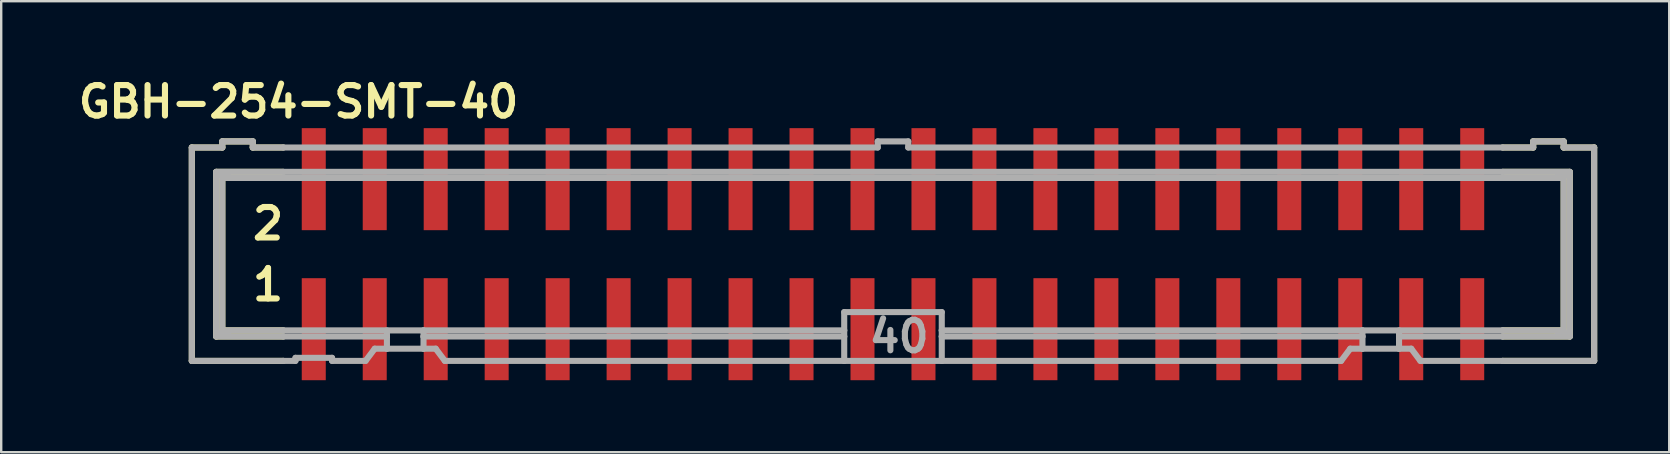
<source format=kicad_pcb>
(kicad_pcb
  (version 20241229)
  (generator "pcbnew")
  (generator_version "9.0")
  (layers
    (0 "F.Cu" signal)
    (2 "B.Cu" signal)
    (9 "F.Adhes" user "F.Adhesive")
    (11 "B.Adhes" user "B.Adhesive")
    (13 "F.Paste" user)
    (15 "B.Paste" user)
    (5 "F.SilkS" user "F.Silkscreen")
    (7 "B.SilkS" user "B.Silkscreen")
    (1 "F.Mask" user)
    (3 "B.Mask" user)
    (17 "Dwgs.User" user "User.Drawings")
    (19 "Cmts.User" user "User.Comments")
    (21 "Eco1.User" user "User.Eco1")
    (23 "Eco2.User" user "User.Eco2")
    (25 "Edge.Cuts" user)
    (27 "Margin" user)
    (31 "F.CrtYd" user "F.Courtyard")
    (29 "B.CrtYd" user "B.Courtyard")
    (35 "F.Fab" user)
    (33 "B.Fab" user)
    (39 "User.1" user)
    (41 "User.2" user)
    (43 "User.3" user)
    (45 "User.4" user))
  (footprint "GBH-254-SMT-40"
    (layer "F.Cu")
    (at 34.151 7.539)
    (property "Reference" "GBH-254-SMT-40" (at -24.765 -6.35 0) (layer "F.SilkS") (effects (font (size 1.27 1.27) (thickness 0.254))))
    (attr smd)
    (fp_line (start -29.21 -4.445) (end -29.21 4.445) (stroke (width 0.254) (type solid)) (layer "F.SilkS"))
    (fp_line (start -29.21 -4.445) (end -27.94 -4.445) (stroke (width 0.254) (type solid)) (layer "F.SilkS"))
    (fp_line (start -29.21 4.445) (end -25.4 4.445) (stroke (width 0.254) (type solid)) (layer "F.SilkS"))
    (fp_line (start -28.194 -3.429) (end -28.194 3.429) (stroke (width 0.254) (type solid)) (layer "F.SilkS"))
    (fp_line (start -28.194 3.429) (end -25.4 3.429) (stroke (width 0.254) (type solid)) (layer "F.SilkS"))
    (fp_line (start -28.1 -3.3) (end -27.7 -3.3) (stroke (width 0.254) (type solid)) (layer "F.SilkS"))
    (fp_line (start -28.1 3.3) (end -27.7 3.3) (stroke (width 0.254) (type solid)) (layer "F.SilkS"))
    (fp_line (start -27.94 -4.699) (end -27.94 -4.445) (stroke (width 0.254) (type solid)) (layer "F.SilkS"))
    (fp_line (start -27.94 -3.175) (end -27.94 3.175) (stroke (width 0.254) (type solid)) (layer "F.SilkS"))
    (fp_line (start -27.94 -3.175) (end -25.4 -3.175) (stroke (width 0.254) (type solid)) (layer "F.SilkS"))
    (fp_line (start -26.67 -4.699) (end -27.94 -4.699) (stroke (width 0.254) (type solid)) (layer "F.SilkS"))
    (fp_line (start -26.67 -4.699) (end -26.67 -4.445) (stroke (width 0.254) (type solid)) (layer "F.SilkS"))
    (fp_line (start -26.67 -4.445) (end -25.4 -4.445) (stroke (width 0.254) (type solid)) (layer "F.SilkS"))
    (fp_line (start -25.4 -3.429) (end -28.194 -3.429) (stroke (width 0.254) (type solid)) (layer "F.SilkS"))
    (fp_line (start -25.4 3.175) (end -27.94 3.175) (stroke (width 0.254) (type solid)) (layer "F.SilkS"))
    (fp_line (start 25.4 -4.445) (end 26.67 -4.445) (stroke (width 0.254) (type solid)) (layer "F.SilkS"))
    (fp_line (start 25.4 -3.175) (end 27.94 -3.175) (stroke (width 0.254) (type solid)) (layer "F.SilkS"))
    (fp_line (start 25.4 3.429) (end 28.194 3.429) (stroke (width 0.254) (type solid)) (layer "F.SilkS"))
    (fp_line (start 26.67 -4.445) (end 26.67 -4.699) (stroke (width 0.254) (type solid)) (layer "F.SilkS"))
    (fp_line (start 27.7 -3.3) (end 28.1 -3.3) (stroke (width 0.254) (type solid)) (layer "F.SilkS"))
    (fp_line (start 27.7 3.3) (end 28.1 3.3) (stroke (width 0.254) (type solid)) (layer "F.SilkS"))
    (fp_line (start 27.94 -4.699) (end 26.67 -4.699) (stroke (width 0.254) (type solid)) (layer "F.SilkS"))
    (fp_line (start 27.94 -4.445) (end 27.94 -4.699) (stroke (width 0.254) (type solid)) (layer "F.SilkS"))
    (fp_line (start 27.94 -4.445) (end 29.21 -4.445) (stroke (width 0.254) (type solid)) (layer "F.SilkS"))
    (fp_line (start 27.94 3.175) (end 25.4 3.175) (stroke (width 0.254) (type solid)) (layer "F.SilkS"))
    (fp_line (start 27.94 3.175) (end 27.94 -3.175) (stroke (width 0.254) (type solid)) (layer "F.SilkS"))
    (fp_line (start 28.194 -3.429) (end 25.4 -3.429) (stroke (width 0.254) (type solid)) (layer "F.SilkS"))
    (fp_line (start 28.194 3.429) (end 28.194 -3.429) (stroke (width 0.254) (type solid)) (layer "F.SilkS"))
    (fp_line (start 29.21 4.445) (end 25.4 4.445) (stroke (width 0.254) (type solid)) (layer "F.SilkS"))
    (fp_line (start 29.21 4.445) (end 29.21 -4.445) (stroke (width 0.254) (type solid)) (layer "F.SilkS"))
    (fp_line (start -29.21 -4.445) (end -29.21 4.445) (stroke (width 0.254) (type solid)) (layer "F.Fab"))
    (fp_line (start -29.21 -4.445) (end -27.94 -4.445) (stroke (width 0.254) (type solid)) (layer "F.Fab"))
    (fp_line (start -29.21 4.445) (end -25.4 4.445) (stroke (width 0.254) (type solid)) (layer "F.Fab"))
    (fp_line (start -28.194 -3.429) (end -28.194 3.429) (stroke (width 0.254) (type solid)) (layer "F.Fab"))
    (fp_line (start -28.194 3.429) (end -25.4 3.429) (stroke (width 0.254) (type solid)) (layer "F.Fab"))
    (fp_line (start -28.1 -3.3) (end -27.7 -3.3) (stroke (width 0.254) (type solid)) (layer "F.Fab"))
    (fp_line (start -28.1 3.3) (end -27.7 3.3) (stroke (width 0.254) (type solid)) (layer "F.Fab"))
    (fp_line (start -27.94 -4.699) (end -27.94 -4.445) (stroke (width 0.254) (type solid)) (layer "F.Fab"))
    (fp_line (start -27.94 -3.175) (end -27.94 3.175) (stroke (width 0.254) (type solid)) (layer "F.Fab"))
    (fp_line (start -27.94 -3.175) (end -25.4 -3.175) (stroke (width 0.254) (type solid)) (layer "F.Fab"))
    (fp_line (start -26.67 -4.699) (end -27.94 -4.699) (stroke (width 0.254) (type solid)) (layer "F.Fab"))
    (fp_line (start -26.67 -4.699) (end -26.67 -4.445) (stroke (width 0.254) (type solid)) (layer "F.Fab"))
    (fp_line (start -26.67 -4.445) (end -25.4 -4.445) (stroke (width 0.254) (type solid)) (layer "F.Fab"))
    (fp_line (start -25.4 -4.445) (end -0.635 -4.445) (stroke (width 0.254) (type solid)) (layer "F.Fab"))
    (fp_line (start -25.4 -3.429) (end -28.194 -3.429) (stroke (width 0.254) (type solid)) (layer "F.Fab"))
    (fp_line (start -25.4 -3.175) (end 25.4 -3.175) (stroke (width 0.254) (type solid)) (layer "F.Fab"))
    (fp_line (start -25.4 3.175) (end -27.94 3.175) (stroke (width 0.254) (type solid)) (layer "F.Fab"))
    (fp_line (start -25.4 3.429) (end -21.082 3.429) (stroke (width 0.254) (type solid)) (layer "F.Fab"))
    (fp_line (start -25.4 4.445) (end -24.892 4.445) (stroke (width 0.254) (type solid)) (layer "F.Fab"))
    (fp_line (start -24.892 4.318) (end -24.892 4.445) (stroke (width 0.254) (type solid)) (layer "F.Fab"))
    (fp_line (start -24.892 4.318) (end -23.368 4.318) (stroke (width 0.254) (type solid)) (layer "F.Fab"))
    (fp_line (start -23.368 4.445) (end -23.368 4.318) (stroke (width 0.254) (type solid)) (layer "F.Fab"))
    (fp_line (start -23.368 4.445) (end -21.971 4.445) (stroke (width 0.254) (type solid)) (layer "F.Fab"))
    (fp_line (start -21.971 4.445) (end -21.59 3.937) (stroke (width 0.254) (type solid)) (layer "F.Fab"))
    (fp_line (start -21.082 3.175) (end -21.082 3.429) (stroke (width 0.254) (type solid)) (layer "F.Fab"))
    (fp_line (start -21.082 3.429) (end -21.082 3.937) (stroke (width 0.254) (type solid)) (layer "F.Fab"))
    (fp_line (start -21.082 3.937) (end -21.59 3.937) (stroke (width 0.254) (type solid)) (layer "F.Fab"))
    (fp_line (start -19.558 3.175) (end -25.4 3.175) (stroke (width 0.254) (type solid)) (layer "F.Fab"))
    (fp_line (start -19.558 3.175) (end -19.558 3.429) (stroke (width 0.254) (type solid)) (layer "F.Fab"))
    (fp_line (start -19.558 3.429) (end -19.558 3.937) (stroke (width 0.254) (type solid)) (layer "F.Fab"))
    (fp_line (start -19.558 3.429) (end -2.032 3.429) (stroke (width 0.254) (type solid)) (layer "F.Fab"))
    (fp_line (start -19.558 3.937) (end -21.082 3.937) (stroke (width 0.254) (type solid)) (layer "F.Fab"))
    (fp_line (start -19.05 3.937) (end -19.558 3.937) (stroke (width 0.254) (type solid)) (layer "F.Fab"))
    (fp_line (start -19.05 3.937) (end -18.669 4.445) (stroke (width 0.254) (type solid)) (layer "F.Fab"))
    (fp_line (start -18.669 4.445) (end -2.032 4.445) (stroke (width 0.254) (type solid)) (layer "F.Fab"))
    (fp_line (start -2.032 3.175) (end -19.558 3.175) (stroke (width 0.254) (type solid)) (layer "F.Fab"))
    (fp_line (start -2.032 3.175) (end -2.032 2.413) (stroke (width 0.254) (type solid)) (layer "F.Fab"))
    (fp_line (start -2.032 3.175) (end -2.032 3.429) (stroke (width 0.254) (type solid)) (layer "F.Fab"))
    (fp_line (start -2.032 3.429) (end -2.032 4.445) (stroke (width 0.254) (type solid)) (layer "F.Fab"))
    (fp_line (start -0.635 -4.699) (end -0.635 -4.445) (stroke (width 0.254) (type solid)) (layer "F.Fab"))
    (fp_line (start 0.635 -4.699) (end -0.635 -4.699) (stroke (width 0.254) (type solid)) (layer "F.Fab"))
    (fp_line (start 0.635 -4.699) (end 0.635 -4.445) (stroke (width 0.254) (type solid)) (layer "F.Fab"))
    (fp_line (start 0.635 -4.445) (end 25.4 -4.445) (stroke (width 0.254) (type solid)) (layer "F.Fab"))
    (fp_line (start 2.032 2.413) (end -2.032 2.413) (stroke (width 0.254) (type solid)) (layer "F.Fab"))
    (fp_line (start 2.032 2.413) (end 2.032 3.175) (stroke (width 0.254) (type solid)) (layer "F.Fab"))
    (fp_line (start 2.032 3.175) (end 2.032 3.429) (stroke (width 0.254) (type solid)) (layer "F.Fab"))
    (fp_line (start 2.032 3.429) (end 2.032 4.445) (stroke (width 0.254) (type solid)) (layer "F.Fab"))
    (fp_line (start 2.032 4.445) (end -2.032 4.445) (stroke (width 0.254) (type solid)) (layer "F.Fab"))
    (fp_line (start 18.669 4.445) (end 2.032 4.445) (stroke (width 0.254) (type solid)) (layer "F.Fab"))
    (fp_line (start 18.669 4.445) (end 19.05 3.937) (stroke (width 0.254) (type solid)) (layer "F.Fab"))
    (fp_line (start 19.558 3.175) (end 2.032 3.175) (stroke (width 0.254) (type solid)) (layer "F.Fab"))
    (fp_line (start 19.558 3.175) (end 19.558 3.429) (stroke (width 0.254) (type solid)) (layer "F.Fab"))
    (fp_line (start 19.558 3.429) (end 2.032 3.429) (stroke (width 0.254) (type solid)) (layer "F.Fab"))
    (fp_line (start 19.558 3.429) (end 19.558 3.937) (stroke (width 0.254) (type solid)) (layer "F.Fab"))
    (fp_line (start 19.558 3.937) (end 19.05 3.937) (stroke (width 0.254) (type solid)) (layer "F.Fab"))
    (fp_line (start 21.082 3.175) (end 21.082 3.429) (stroke (width 0.254) (type solid)) (layer "F.Fab"))
    (fp_line (start 21.082 3.429) (end 21.082 3.937) (stroke (width 0.254) (type solid)) (layer "F.Fab"))
    (fp_line (start 21.082 3.429) (end 25.4 3.429) (stroke (width 0.254) (type solid)) (layer "F.Fab"))
    (fp_line (start 21.082 3.937) (end 19.558 3.937) (stroke (width 0.254) (type solid)) (layer "F.Fab"))
    (fp_line (start 21.59 3.937) (end 21.082 3.937) (stroke (width 0.254) (type solid)) (layer "F.Fab"))
    (fp_line (start 21.59 3.937) (end 21.971 4.445) (stroke (width 0.254) (type solid)) (layer "F.Fab"))
    (fp_line (start 25.4 -4.445) (end 26.67 -4.445) (stroke (width 0.254) (type solid)) (layer "F.Fab"))
    (fp_line (start 25.4 -3.429) (end -25.4 -3.429) (stroke (width 0.254) (type solid)) (layer "F.Fab"))
    (fp_line (start 25.4 -3.175) (end 27.94 -3.175) (stroke (width 0.254) (type solid)) (layer "F.Fab"))
    (fp_line (start 25.4 3.175) (end 19.558 3.175) (stroke (width 0.254) (type solid)) (layer "F.Fab"))
    (fp_line (start 25.4 3.429) (end 28.194 3.429) (stroke (width 0.254) (type solid)) (layer "F.Fab"))
    (fp_line (start 25.4 4.445) (end 21.971 4.445) (stroke (width 0.254) (type solid)) (layer "F.Fab"))
    (fp_line (start 26.67 -4.445) (end 26.67 -4.699) (stroke (width 0.254) (type solid)) (layer "F.Fab"))
    (fp_line (start 27.7 -3.3) (end 28.1 -3.3) (stroke (width 0.254) (type solid)) (layer "F.Fab"))
    (fp_line (start 27.7 3.3) (end 28.1 3.3) (stroke (width 0.254) (type solid)) (layer "F.Fab"))
    (fp_line (start 27.94 -4.699) (end 26.67 -4.699) (stroke (width 0.254) (type solid)) (layer "F.Fab"))
    (fp_line (start 27.94 -4.445) (end 27.94 -4.699) (stroke (width 0.254) (type solid)) (layer "F.Fab"))
    (fp_line (start 27.94 -4.445) (end 29.21 -4.445) (stroke (width 0.254) (type solid)) (layer "F.Fab"))
    (fp_line (start 27.94 3.175) (end 25.4 3.175) (stroke (width 0.254) (type solid)) (layer "F.Fab"))
    (fp_line (start 27.94 3.175) (end 27.94 -3.175) (stroke (width 0.254) (type solid)) (layer "F.Fab"))
    (fp_line (start 28.194 -3.429) (end 25.4 -3.429) (stroke (width 0.254) (type solid)) (layer "F.Fab"))
    (fp_line (start 28.194 3.429) (end 28.194 -3.429) (stroke (width 0.254) (type solid)) (layer "F.Fab"))
    (fp_line (start 29.21 4.445) (end 25.4 4.445) (stroke (width 0.254) (type solid)) (layer "F.Fab"))
    (fp_line (start 29.21 4.445) (end 29.21 -4.445) (stroke (width 0.254) (type solid)) (layer "F.Fab"))
    (fp_text user "1" (at -26.035 1.27 0) (layer "F.SilkS") (effects (font (size 1.27 1.27) (thickness 0.254))))
    (fp_text user "2" (at -26.035 -1.27 0) (layer "F.SilkS") (effects (font (size 1.27 1.27) (thickness 0.254))))
    (fp_text user "40" (at 0.254 3.429 0) (layer "F.Fab") (effects (font (size 1.27 1.27) (thickness 0.254))))
    (pad "1" smd rect (at -24.13 3.125 90) (size 4.25 1) (layers "F.Cu" "F.Mask" "F.Paste"))
    (pad "2" smd rect (at -24.13 -3.125 90) (size 4.25 1) (layers "F.Cu" "F.Mask" "F.Paste"))
    (pad "3" smd rect (at -21.59 3.125 90) (size 4.25 1) (layers "F.Cu" "F.Mask" "F.Paste"))
    (pad "4" smd rect (at -21.59 -3.125 90) (size 4.25 1) (layers "F.Cu" "F.Mask" "F.Paste"))
    (pad "5" smd rect (at -19.05 3.125 90) (size 4.25 1) (layers "F.Cu" "F.Mask" "F.Paste"))
    (pad "6" smd rect (at -19.05 -3.125 90) (size 4.25 1) (layers "F.Cu" "F.Mask" "F.Paste"))
    (pad "7" smd rect (at -16.51 3.125 90) (size 4.25 1) (layers "F.Cu" "F.Mask" "F.Paste"))
    (pad "8" smd rect (at -16.51 -3.125 90) (size 4.25 1) (layers "F.Cu" "F.Mask" "F.Paste"))
    (pad "9" smd rect (at -13.97 3.125 90) (size 4.25 1) (layers "F.Cu" "F.Mask" "F.Paste"))
    (pad "10" smd rect (at -13.97 -3.125 90) (size 4.25 1) (layers "F.Cu" "F.Mask" "F.Paste"))
    (pad "11" smd rect (at -11.43 3.125 90) (size 4.25 1) (layers "F.Cu" "F.Mask" "F.Paste"))
    (pad "12" smd rect (at -11.43 -3.125 90) (size 4.25 1) (layers "F.Cu" "F.Mask" "F.Paste"))
    (pad "13" smd rect (at -8.89 3.125 90) (size 4.25 1) (layers "F.Cu" "F.Mask" "F.Paste"))
    (pad "14" smd rect (at -8.89 -3.125 90) (size 4.25 1) (layers "F.Cu" "F.Mask" "F.Paste"))
    (pad "15" smd rect (at -6.35 3.125 90) (size 4.25 1) (layers "F.Cu" "F.Mask" "F.Paste"))
    (pad "16" smd rect (at -6.35 -3.125 90) (size 4.25 1) (layers "F.Cu" "F.Mask" "F.Paste"))
    (pad "17" smd rect (at -3.81 3.125 90) (size 4.25 1) (layers "F.Cu" "F.Mask" "F.Paste"))
    (pad "18" smd rect (at -3.81 -3.125 90) (size 4.25 1) (layers "F.Cu" "F.Mask" "F.Paste"))
    (pad "19" smd rect (at -1.27 3.125 90) (size 4.25 1) (layers "F.Cu" "F.Mask" "F.Paste"))
    (pad "20" smd rect (at -1.27 -3.125 90) (size 4.25 1) (layers "F.Cu" "F.Mask" "F.Paste"))
    (pad "21" smd rect (at 1.27 3.125 270) (size 4.25 1) (layers "F.Cu" "F.Mask" "F.Paste"))
    (pad "22" smd rect (at 1.27 -3.125 90) (size 4.25 1) (layers "F.Cu" "F.Mask" "F.Paste"))
    (pad "23" smd rect (at 3.81 3.125 270) (size 4.25 1) (layers "F.Cu" "F.Mask" "F.Paste"))
    (pad "24" smd rect (at 3.81 -3.125 90) (size 4.25 1) (layers "F.Cu" "F.Mask" "F.Paste"))
    (pad "25" smd rect (at 6.35 3.125 270) (size 4.25 1) (layers "F.Cu" "F.Mask" "F.Paste"))
    (pad "26" smd rect (at 6.35 -3.125 90) (size 4.25 1) (layers "F.Cu" "F.Mask" "F.Paste"))
    (pad "27" smd rect (at 8.89 3.125 270) (size 4.25 1) (layers "F.Cu" "F.Mask" "F.Paste"))
    (pad "28" smd rect (at 8.89 -3.125 90) (size 4.25 1) (layers "F.Cu" "F.Mask" "F.Paste"))
    (pad "29" smd rect (at 11.43 3.125 270) (size 4.25 1) (layers "F.Cu" "F.Mask" "F.Paste"))
    (pad "30" smd rect (at 11.43 -3.125 90) (size 4.25 1) (layers "F.Cu" "F.Mask" "F.Paste"))
    (pad "31" smd rect (at 13.97 3.125 270) (size 4.25 1) (layers "F.Cu" "F.Mask" "F.Paste"))
    (pad "32" smd rect (at 13.97 -3.125 90) (size 4.25 1) (layers "F.Cu" "F.Mask" "F.Paste"))
    (pad "33" smd rect (at 16.51 3.125 270) (size 4.25 1) (layers "F.Cu" "F.Mask" "F.Paste"))
    (pad "34" smd rect (at 16.51 -3.125 90) (size 4.25 1) (layers "F.Cu" "F.Mask" "F.Paste"))
    (pad "35" smd rect (at 19.05 3.125 270) (size 4.25 1) (layers "F.Cu" "F.Mask" "F.Paste"))
    (pad "36" smd rect (at 19.05 -3.125 90) (size 4.25 1) (layers "F.Cu" "F.Mask" "F.Paste"))
    (pad "37" smd rect (at 21.59 3.125 270) (size 4.25 1) (layers "F.Cu" "F.Mask" "F.Paste"))
    (pad "38" smd rect (at 21.59 -3.125 90) (size 4.25 1) (layers "F.Cu" "F.Mask" "F.Paste"))
    (pad "39" smd rect (at 24.13 3.125 270) (size 4.25 1) (layers "F.Cu" "F.Mask" "F.Paste"))
    (pad "40" smd rect (at 24.13 -3.125 90) (size 4.25 1) (layers "F.Cu" "F.Mask" "F.Paste")))
  (gr_rect
    (start -3 -3)
    (end 66.488 15.789)
    (stroke (width 0.1) (type default))
    (fill no)
    (layer "Edge.Cuts")))
</source>
